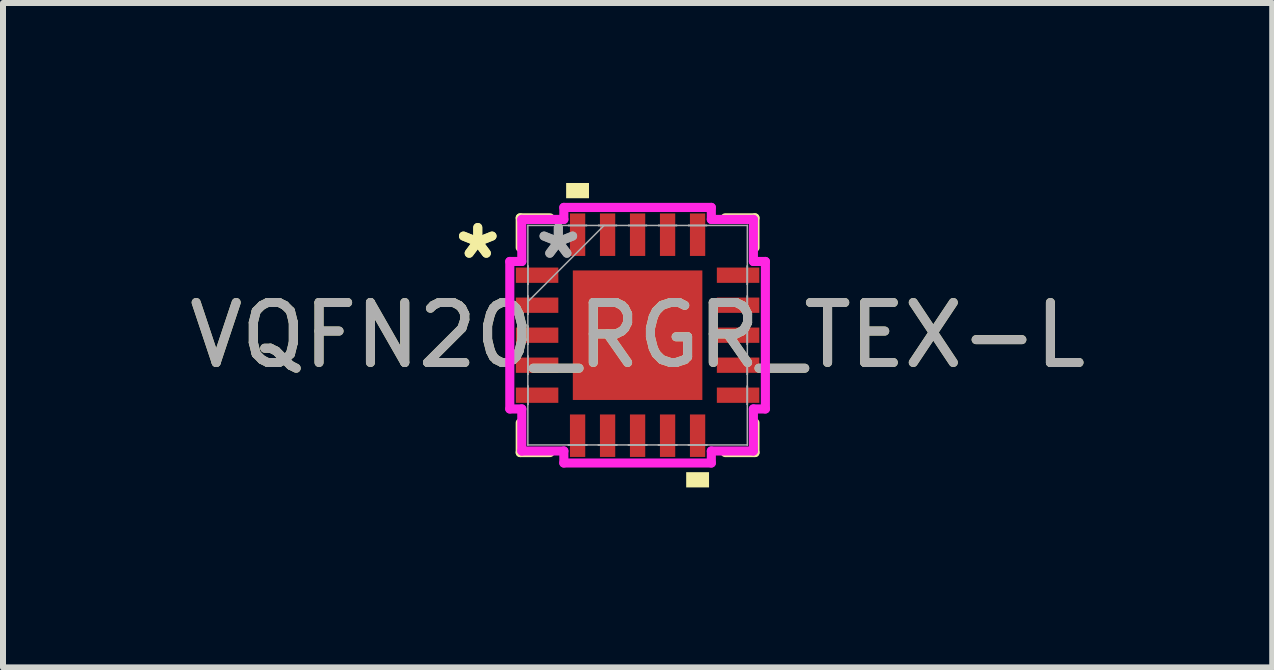
<source format=kicad_pcb>
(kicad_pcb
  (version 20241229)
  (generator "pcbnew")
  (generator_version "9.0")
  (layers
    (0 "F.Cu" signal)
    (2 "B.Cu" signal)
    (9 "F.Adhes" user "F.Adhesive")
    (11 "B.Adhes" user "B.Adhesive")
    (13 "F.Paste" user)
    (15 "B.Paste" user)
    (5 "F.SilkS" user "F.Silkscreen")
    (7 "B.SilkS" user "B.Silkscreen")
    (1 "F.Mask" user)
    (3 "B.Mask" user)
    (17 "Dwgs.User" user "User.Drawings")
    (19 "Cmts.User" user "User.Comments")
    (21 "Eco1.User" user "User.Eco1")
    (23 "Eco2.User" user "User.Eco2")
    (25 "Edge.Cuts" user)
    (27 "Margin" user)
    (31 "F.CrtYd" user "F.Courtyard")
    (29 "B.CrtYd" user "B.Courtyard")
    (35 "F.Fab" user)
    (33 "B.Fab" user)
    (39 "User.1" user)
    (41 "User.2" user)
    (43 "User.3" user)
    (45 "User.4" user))
  (footprint "VQFN20_RGR_TEX-L"
    (layer "F.Cu")
    (at 7.577 2.537)
    (property "Reference" "VQFN20_RGR_TEX-L" (at 0 0 0) (unlocked yes) (layer "F.SilkS") (effects (font (size 1 1) (thickness 0.15))))
    (attr smd)
    (fp_line (start -1.956 -1.956) (end -1.956 -1.46) (stroke (width 0.152) (type solid)) (layer "F.SilkS"))
    (fp_line (start -1.956 1.46) (end -1.956 1.956) (stroke (width 0.152) (type solid)) (layer "F.SilkS"))
    (fp_line (start -1.956 1.956) (end -1.46 1.956) (stroke (width 0.152) (type solid)) (layer "F.SilkS"))
    (fp_line (start -1.46 -1.956) (end -1.956 -1.956) (stroke (width 0.152) (type solid)) (layer "F.SilkS"))
    (fp_line (start 1.46 1.956) (end 1.956 1.956) (stroke (width 0.152) (type solid)) (layer "F.SilkS"))
    (fp_line (start 1.956 -1.956) (end 1.46 -1.956) (stroke (width 0.152) (type solid)) (layer "F.SilkS"))
    (fp_line (start 1.956 -1.46) (end 1.956 -1.956) (stroke (width 0.152) (type solid)) (layer "F.SilkS"))
    (fp_line (start 1.956 1.956) (end 1.956 1.46) (stroke (width 0.152) (type solid)) (layer "F.SilkS"))
    (fp_poly (pts (xy -1.191 -2.283) (xy -1.191 -2.537) (xy -0.81 -2.537) (xy -0.81 -2.283)) (stroke (width 0) (type solid)) (fill yes) (layer "F.SilkS"))
    (fp_poly (pts (xy 0.81 2.283) (xy 0.81 2.537) (xy 1.191 2.537) (xy 1.191 2.283)) (stroke (width 0) (type solid)) (fill yes) (layer "F.SilkS"))
    (fp_line (start -2.13 -1.229) (end -1.93 -1.229) (stroke (width 0.152) (type solid)) (layer "F.CrtYd"))
    (fp_line (start -2.13 1.229) (end -2.13 -1.229) (stroke (width 0.152) (type solid)) (layer "F.CrtYd"))
    (fp_line (start -1.93 -1.93) (end -1.229 -1.93) (stroke (width 0.152) (type solid)) (layer "F.CrtYd"))
    (fp_line (start -1.93 -1.229) (end -1.93 -1.93) (stroke (width 0.152) (type solid)) (layer "F.CrtYd"))
    (fp_line (start -1.93 1.229) (end -2.13 1.229) (stroke (width 0.152) (type solid)) (layer "F.CrtYd"))
    (fp_line (start -1.93 1.93) (end -1.93 1.229) (stroke (width 0.152) (type solid)) (layer "F.CrtYd"))
    (fp_line (start -1.229 -2.13) (end 1.229 -2.13) (stroke (width 0.152) (type solid)) (layer "F.CrtYd"))
    (fp_line (start -1.229 -1.93) (end -1.229 -2.13) (stroke (width 0.152) (type solid)) (layer "F.CrtYd"))
    (fp_line (start -1.229 1.93) (end -1.93 1.93) (stroke (width 0.152) (type solid)) (layer "F.CrtYd"))
    (fp_line (start -1.229 2.13) (end -1.229 1.93) (stroke (width 0.152) (type solid)) (layer "F.CrtYd"))
    (fp_line (start 1.229 -2.13) (end 1.229 -1.93) (stroke (width 0.152) (type solid)) (layer "F.CrtYd"))
    (fp_line (start 1.229 -1.93) (end 1.93 -1.93) (stroke (width 0.152) (type solid)) (layer "F.CrtYd"))
    (fp_line (start 1.229 1.93) (end 1.229 2.13) (stroke (width 0.152) (type solid)) (layer "F.CrtYd"))
    (fp_line (start 1.229 2.13) (end -1.229 2.13) (stroke (width 0.152) (type solid)) (layer "F.CrtYd"))
    (fp_line (start 1.93 -1.93) (end 1.93 -1.229) (stroke (width 0.152) (type solid)) (layer "F.CrtYd"))
    (fp_line (start 1.93 -1.229) (end 2.13 -1.229) (stroke (width 0.152) (type solid)) (layer "F.CrtYd"))
    (fp_line (start 1.93 1.229) (end 1.93 1.93) (stroke (width 0.152) (type solid)) (layer "F.CrtYd"))
    (fp_line (start 1.93 1.93) (end 1.229 1.93) (stroke (width 0.152) (type solid)) (layer "F.CrtYd"))
    (fp_line (start 2.13 -1.229) (end 2.13 1.229) (stroke (width 0.152) (type solid)) (layer "F.CrtYd"))
    (fp_line (start 2.13 1.229) (end 1.93 1.229) (stroke (width 0.152) (type solid)) (layer "F.CrtYd"))
    (fp_line (start -1.829 -1.829) (end -1.829 -1.829) (stroke (width 0.025) (type solid)) (layer "F.Fab"))
    (fp_line (start -1.829 -1.829) (end -1.829 1.829) (stroke (width 0.025) (type solid)) (layer "F.Fab"))
    (fp_line (start -1.829 -1.153) (end -1.829 -1.153) (stroke (width 0.025) (type solid)) (layer "F.Fab"))
    (fp_line (start -1.829 -1.153) (end -1.829 -0.848) (stroke (width 0.025) (type solid)) (layer "F.Fab"))
    (fp_line (start -1.829 -0.848) (end -1.829 -1.153) (stroke (width 0.025) (type solid)) (layer "F.Fab"))
    (fp_line (start -1.829 -0.848) (end -1.829 -0.848) (stroke (width 0.025) (type solid)) (layer "F.Fab"))
    (fp_line (start -1.829 -0.653) (end -1.829 -0.653) (stroke (width 0.025) (type solid)) (layer "F.Fab"))
    (fp_line (start -1.829 -0.653) (end -1.829 -0.348) (stroke (width 0.025) (type solid)) (layer "F.Fab"))
    (fp_line (start -1.829 -0.559) (end -0.559 -1.829) (stroke (width 0.025) (type solid)) (layer "F.Fab"))
    (fp_line (start -1.829 -0.348) (end -1.829 -0.653) (stroke (width 0.025) (type solid)) (layer "F.Fab"))
    (fp_line (start -1.829 -0.348) (end -1.829 -0.348) (stroke (width 0.025) (type solid)) (layer "F.Fab"))
    (fp_line (start -1.829 -0.152) (end -1.829 -0.152) (stroke (width 0.025) (type solid)) (layer "F.Fab"))
    (fp_line (start -1.829 -0.152) (end -1.829 0.152) (stroke (width 0.025) (type solid)) (layer "F.Fab"))
    (fp_line (start -1.829 0.152) (end -1.829 -0.152) (stroke (width 0.025) (type solid)) (layer "F.Fab"))
    (fp_line (start -1.829 0.152) (end -1.829 0.152) (stroke (width 0.025) (type solid)) (layer "F.Fab"))
    (fp_line (start -1.829 0.348) (end -1.829 0.348) (stroke (width 0.025) (type solid)) (layer "F.Fab"))
    (fp_line (start -1.829 0.348) (end -1.829 0.653) (stroke (width 0.025) (type solid)) (layer "F.Fab"))
    (fp_line (start -1.829 0.653) (end -1.829 0.348) (stroke (width 0.025) (type solid)) (layer "F.Fab"))
    (fp_line (start -1.829 0.653) (end -1.829 0.653) (stroke (width 0.025) (type solid)) (layer "F.Fab"))
    (fp_line (start -1.829 0.848) (end -1.829 0.848) (stroke (width 0.025) (type solid)) (layer "F.Fab"))
    (fp_line (start -1.829 0.848) (end -1.829 1.153) (stroke (width 0.025) (type solid)) (layer "F.Fab"))
    (fp_line (start -1.829 1.153) (end -1.829 0.848) (stroke (width 0.025) (type solid)) (layer "F.Fab"))
    (fp_line (start -1.829 1.153) (end -1.829 1.153) (stroke (width 0.025) (type solid)) (layer "F.Fab"))
    (fp_line (start -1.829 1.829) (end -1.829 1.829) (stroke (width 0.025) (type solid)) (layer "F.Fab"))
    (fp_line (start -1.829 1.829) (end 1.829 1.829) (stroke (width 0.025) (type solid)) (layer "F.Fab"))
    (fp_line (start -1.153 -1.829) (end -1.153 -1.829) (stroke (width 0.025) (type solid)) (layer "F.Fab"))
    (fp_line (start -1.153 -1.829) (end -0.848 -1.829) (stroke (width 0.025) (type solid)) (layer "F.Fab"))
    (fp_line (start -1.153 1.829) (end -1.153 1.829) (stroke (width 0.025) (type solid)) (layer "F.Fab"))
    (fp_line (start -1.153 1.829) (end -0.848 1.829) (stroke (width 0.025) (type solid)) (layer "F.Fab"))
    (fp_line (start -0.848 -1.829) (end -1.153 -1.829) (stroke (width 0.025) (type solid)) (layer "F.Fab"))
    (fp_line (start -0.848 -1.829) (end -0.848 -1.829) (stroke (width 0.025) (type solid)) (layer "F.Fab"))
    (fp_line (start -0.848 1.829) (end -1.153 1.829) (stroke (width 0.025) (type solid)) (layer "F.Fab"))
    (fp_line (start -0.848 1.829) (end -0.848 1.829) (stroke (width 0.025) (type solid)) (layer "F.Fab"))
    (fp_line (start -0.653 -1.829) (end -0.653 -1.829) (stroke (width 0.025) (type solid)) (layer "F.Fab"))
    (fp_line (start -0.653 -1.829) (end -0.348 -1.829) (stroke (width 0.025) (type solid)) (layer "F.Fab"))
    (fp_line (start -0.653 1.829) (end -0.653 1.829) (stroke (width 0.025) (type solid)) (layer "F.Fab"))
    (fp_line (start -0.653 1.829) (end -0.348 1.829) (stroke (width 0.025) (type solid)) (layer "F.Fab"))
    (fp_line (start -0.348 -1.829) (end -0.653 -1.829) (stroke (width 0.025) (type solid)) (layer "F.Fab"))
    (fp_line (start -0.348 -1.829) (end -0.348 -1.829) (stroke (width 0.025) (type solid)) (layer "F.Fab"))
    (fp_line (start -0.348 1.829) (end -0.653 1.829) (stroke (width 0.025) (type solid)) (layer "F.Fab"))
    (fp_line (start -0.348 1.829) (end -0.348 1.829) (stroke (width 0.025) (type solid)) (layer "F.Fab"))
    (fp_line (start -0.152 -1.829) (end -0.152 -1.829) (stroke (width 0.025) (type solid)) (layer "F.Fab"))
    (fp_line (start -0.152 -1.829) (end 0.152 -1.829) (stroke (width 0.025) (type solid)) (layer "F.Fab"))
    (fp_line (start -0.152 1.829) (end -0.152 1.829) (stroke (width 0.025) (type solid)) (layer "F.Fab"))
    (fp_line (start -0.152 1.829) (end 0.152 1.829) (stroke (width 0.025) (type solid)) (layer "F.Fab"))
    (fp_line (start 0.152 -1.829) (end -0.152 -1.829) (stroke (width 0.025) (type solid)) (layer "F.Fab"))
    (fp_line (start 0.152 -1.829) (end 0.152 -1.829) (stroke (width 0.025) (type solid)) (layer "F.Fab"))
    (fp_line (start 0.152 1.829) (end -0.152 1.829) (stroke (width 0.025) (type solid)) (layer "F.Fab"))
    (fp_line (start 0.152 1.829) (end 0.152 1.829) (stroke (width 0.025) (type solid)) (layer "F.Fab"))
    (fp_line (start 0.348 -1.829) (end 0.348 -1.829) (stroke (width 0.025) (type solid)) (layer "F.Fab"))
    (fp_line (start 0.348 -1.829) (end 0.653 -1.829) (stroke (width 0.025) (type solid)) (layer "F.Fab"))
    (fp_line (start 0.348 1.829) (end 0.348 1.829) (stroke (width 0.025) (type solid)) (layer "F.Fab"))
    (fp_line (start 0.348 1.829) (end 0.653 1.829) (stroke (width 0.025) (type solid)) (layer "F.Fab"))
    (fp_line (start 0.653 -1.829) (end 0.348 -1.829) (stroke (width 0.025) (type solid)) (layer "F.Fab"))
    (fp_line (start 0.653 -1.829) (end 0.653 -1.829) (stroke (width 0.025) (type solid)) (layer "F.Fab"))
    (fp_line (start 0.653 1.829) (end 0.348 1.829) (stroke (width 0.025) (type solid)) (layer "F.Fab"))
    (fp_line (start 0.653 1.829) (end 0.653 1.829) (stroke (width 0.025) (type solid)) (layer "F.Fab"))
    (fp_line (start 0.848 -1.829) (end 0.848 -1.829) (stroke (width 0.025) (type solid)) (layer "F.Fab"))
    (fp_line (start 0.848 -1.829) (end 1.153 -1.829) (stroke (width 0.025) (type solid)) (layer "F.Fab"))
    (fp_line (start 0.848 1.829) (end 0.848 1.829) (stroke (width 0.025) (type solid)) (layer "F.Fab"))
    (fp_line (start 0.848 1.829) (end 1.153 1.829) (stroke (width 0.025) (type solid)) (layer "F.Fab"))
    (fp_line (start 1.153 -1.829) (end 0.848 -1.829) (stroke (width 0.025) (type solid)) (layer "F.Fab"))
    (fp_line (start 1.153 -1.829) (end 1.153 -1.829) (stroke (width 0.025) (type solid)) (layer "F.Fab"))
    (fp_line (start 1.153 1.829) (end 0.848 1.829) (stroke (width 0.025) (type solid)) (layer "F.Fab"))
    (fp_line (start 1.153 1.829) (end 1.153 1.829) (stroke (width 0.025) (type solid)) (layer "F.Fab"))
    (fp_line (start 1.829 -1.829) (end -1.829 -1.829) (stroke (width 0.025) (type solid)) (layer "F.Fab"))
    (fp_line (start 1.829 -1.829) (end 1.829 -1.829) (stroke (width 0.025) (type solid)) (layer "F.Fab"))
    (fp_line (start 1.829 -1.153) (end 1.829 -1.153) (stroke (width 0.025) (type solid)) (layer "F.Fab"))
    (fp_line (start 1.829 -1.153) (end 1.829 -0.848) (stroke (width 0.025) (type solid)) (layer "F.Fab"))
    (fp_line (start 1.829 -0.848) (end 1.829 -1.153) (stroke (width 0.025) (type solid)) (layer "F.Fab"))
    (fp_line (start 1.829 -0.848) (end 1.829 -0.848) (stroke (width 0.025) (type solid)) (layer "F.Fab"))
    (fp_line (start 1.829 -0.653) (end 1.829 -0.653) (stroke (width 0.025) (type solid)) (layer "F.Fab"))
    (fp_line (start 1.829 -0.653) (end 1.829 -0.348) (stroke (width 0.025) (type solid)) (layer "F.Fab"))
    (fp_line (start 1.829 -0.348) (end 1.829 -0.653) (stroke (width 0.025) (type solid)) (layer "F.Fab"))
    (fp_line (start 1.829 -0.348) (end 1.829 -0.348) (stroke (width 0.025) (type solid)) (layer "F.Fab"))
    (fp_line (start 1.829 -0.152) (end 1.829 -0.152) (stroke (width 0.025) (type solid)) (layer "F.Fab"))
    (fp_line (start 1.829 -0.152) (end 1.829 0.152) (stroke (width 0.025) (type solid)) (layer "F.Fab"))
    (fp_line (start 1.829 0.152) (end 1.829 -0.152) (stroke (width 0.025) (type solid)) (layer "F.Fab"))
    (fp_line (start 1.829 0.152) (end 1.829 0.152) (stroke (width 0.025) (type solid)) (layer "F.Fab"))
    (fp_line (start 1.829 0.348) (end 1.829 0.348) (stroke (width 0.025) (type solid)) (layer "F.Fab"))
    (fp_line (start 1.829 0.348) (end 1.829 0.653) (stroke (width 0.025) (type solid)) (layer "F.Fab"))
    (fp_line (start 1.829 0.653) (end 1.829 0.348) (stroke (width 0.025) (type solid)) (layer "F.Fab"))
    (fp_line (start 1.829 0.653) (end 1.829 0.653) (stroke (width 0.025) (type solid)) (layer "F.Fab"))
    (fp_line (start 1.829 0.848) (end 1.829 0.848) (stroke (width 0.025) (type solid)) (layer "F.Fab"))
    (fp_line (start 1.829 0.848) (end 1.829 1.153) (stroke (width 0.025) (type solid)) (layer "F.Fab"))
    (fp_line (start 1.829 1.153) (end 1.829 0.848) (stroke (width 0.025) (type solid)) (layer "F.Fab"))
    (fp_line (start 1.829 1.153) (end 1.829 1.153) (stroke (width 0.025) (type solid)) (layer "F.Fab"))
    (fp_line (start 1.829 1.829) (end 1.829 -1.829) (stroke (width 0.025) (type solid)) (layer "F.Fab"))
    (fp_line (start 1.829 1.829) (end 1.829 1.829) (stroke (width 0.025) (type solid)) (layer "F.Fab"))
    (fp_text user "*" (at -2.664 -1.25 0) (layer "F.SilkS") (effects (font (size 1 1) (thickness 0.15))))
    (fp_text user "*" (at -2.664 -1.25 0) (unlocked yes) (layer "F.SilkS") (effects (font (size 1 1) (thickness 0.15))))
    (fp_text user "*" (at -1.321 -1.25 0) (layer "F.Fab") (effects (font (size 1 1) (thickness 0.15))))
    (fp_text user "${REFERENCE}" (at 0 0 0) (unlocked yes) (layer "F.Fab") (effects (font (size 1 1) (thickness 0.15))))
    (fp_text user "*" (at -1.321 -1.25 0) (unlocked yes) (layer "F.Fab") (effects (font (size 1 1) (thickness 0.15))))
    (pad "1" smd rect (at -1.675 -1 90) (size 0.255 0.708) (layers "F.Cu" "F.Mask" "F.Paste"))
    (pad "2" smd rect (at -1.675 -0.5 90) (size 0.255 0.708) (layers "F.Cu" "F.Mask" "F.Paste"))
    (pad "3" smd rect (at -1.675 0 90) (size 0.255 0.708) (layers "F.Cu" "F.Mask" "F.Paste"))
    (pad "4" smd rect (at -1.675 0.5 90) (size 0.255 0.708) (layers "F.Cu" "F.Mask" "F.Paste"))
    (pad "5" smd rect (at -1.675 1 90) (size 0.255 0.708) (layers "F.Cu" "F.Mask" "F.Paste"))
    (pad "6" smd rect (at -1 1.675) (size 0.255 0.708) (layers "F.Cu" "F.Mask" "F.Paste"))
    (pad "7" smd rect (at -0.5 1.675) (size 0.255 0.708) (layers "F.Cu" "F.Mask" "F.Paste"))
    (pad "8" smd rect (at 0 1.675) (size 0.255 0.708) (layers "F.Cu" "F.Mask" "F.Paste"))
    (pad "9" smd rect (at 0.5 1.675) (size 0.255 0.708) (layers "F.Cu" "F.Mask" "F.Paste"))
    (pad "10" smd rect (at 1 1.675) (size 0.255 0.708) (layers "F.Cu" "F.Mask" "F.Paste"))
    (pad "11" smd rect (at 1.675 1 90) (size 0.255 0.708) (layers "F.Cu" "F.Mask" "F.Paste"))
    (pad "12" smd rect (at 1.675 0.5 90) (size 0.255 0.708) (layers "F.Cu" "F.Mask" "F.Paste"))
    (pad "13" smd rect (at 1.675 0 90) (size 0.255 0.708) (layers "F.Cu" "F.Mask" "F.Paste"))
    (pad "14" smd rect (at 1.675 -0.5 90) (size 0.255 0.708) (layers "F.Cu" "F.Mask" "F.Paste"))
    (pad "15" smd rect (at 1.675 -1 90) (size 0.255 0.708) (layers "F.Cu" "F.Mask" "F.Paste"))
    (pad "16" smd rect (at 1 -1.675) (size 0.255 0.708) (layers "F.Cu" "F.Mask" "F.Paste"))
    (pad "17" smd rect (at 0.5 -1.675) (size 0.255 0.708) (layers "F.Cu" "F.Mask" "F.Paste"))
    (pad "18" smd rect (at 0 -1.675) (size 0.255 0.708) (layers "F.Cu" "F.Mask" "F.Paste"))
    (pad "19" smd rect (at -0.5 -1.675) (size 0.255 0.708) (layers "F.Cu" "F.Mask" "F.Paste"))
    (pad "20" smd rect (at -1 -1.675) (size 0.255 0.708) (layers "F.Cu" "F.Mask" "F.Paste"))
    (pad "21" smd rect (at 0 0) (size 2.159 2.159) (layers "F.Cu" "F.Mask" "F.Paste")))
  (gr_rect
    (start -3 -3)
    (end 18.155 8.074)
    (stroke (width 0.1) (type default))
    (fill no)
    (layer "Edge.Cuts")))
</source>
